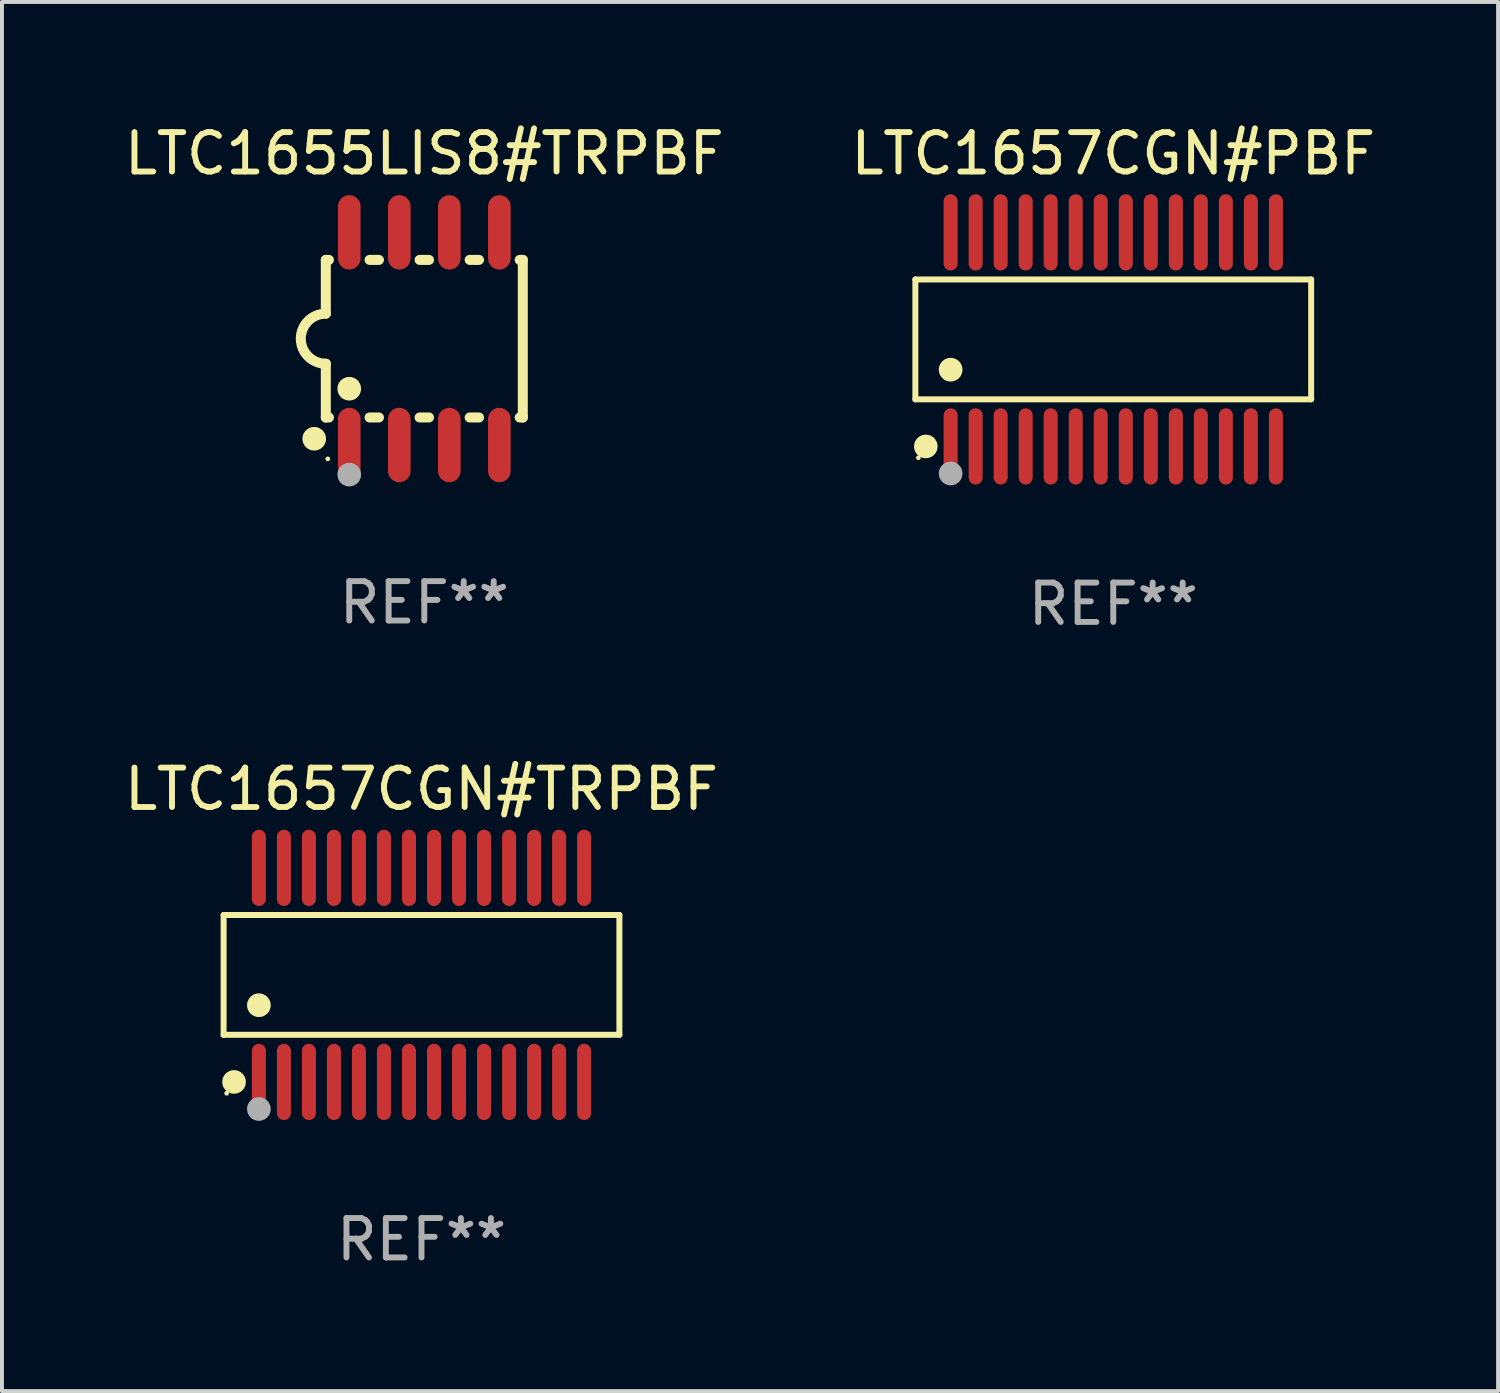
<source format=kicad_pcb>
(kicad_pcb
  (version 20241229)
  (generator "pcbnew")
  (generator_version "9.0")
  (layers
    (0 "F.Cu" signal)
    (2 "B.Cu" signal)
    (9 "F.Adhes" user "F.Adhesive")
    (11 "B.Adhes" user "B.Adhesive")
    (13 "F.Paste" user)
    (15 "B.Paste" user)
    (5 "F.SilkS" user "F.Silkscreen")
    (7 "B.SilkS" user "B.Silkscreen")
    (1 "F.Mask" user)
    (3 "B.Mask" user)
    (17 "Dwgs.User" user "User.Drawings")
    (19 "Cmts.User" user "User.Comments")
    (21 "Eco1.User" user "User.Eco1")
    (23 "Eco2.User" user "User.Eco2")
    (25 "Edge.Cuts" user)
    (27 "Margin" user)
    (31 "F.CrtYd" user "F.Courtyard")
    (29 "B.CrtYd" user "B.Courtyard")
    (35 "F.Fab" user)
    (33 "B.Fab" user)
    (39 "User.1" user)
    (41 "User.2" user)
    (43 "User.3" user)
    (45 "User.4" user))
  (footprint "LTC1657CGN#PBF"
    (layer "F.Cu")
    (at 25.208 5.565)
    (property "Reference" "LTC1657CGN#PBF" (at 0 -4.717 0) (layer "F.SilkS") (effects (font (size 1 1) (thickness 0.15))))
    (attr through_hole)
    (fp_line (start -5.023 -1.521) (end 5.023 -1.521) (stroke (width 0.152) (type solid)) (layer "F.SilkS"))
    (fp_line (start -5.023 1.521) (end -5.023 -1.521) (stroke (width 0.152) (type solid)) (layer "F.SilkS"))
    (fp_line (start 5.023 -1.521) (end 5.023 1.521) (stroke (width 0.152) (type solid)) (layer "F.SilkS"))
    (fp_line (start 5.023 1.521) (end -5.023 1.521) (stroke (width 0.152) (type solid)) (layer "F.SilkS"))
    (fp_circle (center -4.946 3.004) (end -4.916 3.004) (stroke (width 0.06) (type solid)) (fill no) (layer "F.SilkS"))
    (fp_circle (center -4.758 2.717) (end -4.608 2.717) (stroke (width 0.3) (type solid)) (fill no) (layer "F.SilkS"))
    (fp_circle (center -4.128 0.769) (end -3.977 0.769) (stroke (width 0.3) (type solid)) (fill no) (layer "F.SilkS"))
    (fp_circle (center -4.128 3.404) (end -3.977 3.404) (stroke (width 0.3) (type solid)) (fill no) (layer "F.Fab"))
    (fp_text user "REF**" (at 0 6.717 0) (layer "F.Fab") (effects (font (size 1 1) (thickness 0.15))))
    (pad "1" smd oval (at -4.128 2.717) (size 0.356 1.935) (layers "F.Cu" "F.Mask" "F.Paste"))
    (pad "2" smd oval (at -3.493 2.717) (size 0.356 1.935) (layers "F.Cu" "F.Mask" "F.Paste"))
    (pad "3" smd oval (at -2.858 2.717) (size 0.356 1.935) (layers "F.Cu" "F.Mask" "F.Paste"))
    (pad "4" smd oval (at -2.223 2.717) (size 0.356 1.935) (layers "F.Cu" "F.Mask" "F.Paste"))
    (pad "5" smd oval (at -1.588 2.717) (size 0.356 1.935) (layers "F.Cu" "F.Mask" "F.Paste"))
    (pad "6" smd oval (at -0.953 2.717) (size 0.356 1.935) (layers "F.Cu" "F.Mask" "F.Paste"))
    (pad "7" smd oval (at -0.318 2.717) (size 0.356 1.935) (layers "F.Cu" "F.Mask" "F.Paste"))
    (pad "8" smd oval (at 0.318 2.717) (size 0.356 1.935) (layers "F.Cu" "F.Mask" "F.Paste"))
    (pad "9" smd oval (at 0.953 2.717) (size 0.356 1.935) (layers "F.Cu" "F.Mask" "F.Paste"))
    (pad "10" smd oval (at 1.588 2.717) (size 0.356 1.935) (layers "F.Cu" "F.Mask" "F.Paste"))
    (pad "11" smd oval (at 2.223 2.717) (size 0.356 1.935) (layers "F.Cu" "F.Mask" "F.Paste"))
    (pad "12" smd oval (at 2.858 2.717) (size 0.356 1.935) (layers "F.Cu" "F.Mask" "F.Paste"))
    (pad "13" smd oval (at 3.493 2.717) (size 0.356 1.935) (layers "F.Cu" "F.Mask" "F.Paste"))
    (pad "14" smd oval (at 4.128 2.717) (size 0.356 1.935) (layers "F.Cu" "F.Mask" "F.Paste"))
    (pad "15" smd oval (at 4.128 -2.717) (size 0.356 1.935) (layers "F.Cu" "F.Mask" "F.Paste"))
    (pad "16" smd oval (at 3.493 -2.717) (size 0.356 1.935) (layers "F.Cu" "F.Mask" "F.Paste"))
    (pad "17" smd oval (at 2.858 -2.717) (size 0.356 1.935) (layers "F.Cu" "F.Mask" "F.Paste"))
    (pad "18" smd oval (at 2.223 -2.717) (size 0.356 1.935) (layers "F.Cu" "F.Mask" "F.Paste"))
    (pad "19" smd oval (at 1.588 -2.717) (size 0.356 1.935) (layers "F.Cu" "F.Mask" "F.Paste"))
    (pad "20" smd oval (at 0.953 -2.717) (size 0.356 1.935) (layers "F.Cu" "F.Mask" "F.Paste"))
    (pad "21" smd oval (at 0.318 -2.717) (size 0.356 1.935) (layers "F.Cu" "F.Mask" "F.Paste"))
    (pad "22" smd oval (at -0.318 -2.717) (size 0.356 1.935) (layers "F.Cu" "F.Mask" "F.Paste"))
    (pad "23" smd oval (at -0.953 -2.717) (size 0.356 1.935) (layers "F.Cu" "F.Mask" "F.Paste"))
    (pad "24" smd oval (at -1.588 -2.717) (size 0.356 1.935) (layers "F.Cu" "F.Mask" "F.Paste"))
    (pad "25" smd oval (at -2.223 -2.717) (size 0.356 1.935) (layers "F.Cu" "F.Mask" "F.Paste"))
    (pad "26" smd oval (at -2.858 -2.717) (size 0.356 1.935) (layers "F.Cu" "F.Mask" "F.Paste"))
    (pad "27" smd oval (at -3.493 -2.717) (size 0.356 1.935) (layers "F.Cu" "F.Mask" "F.Paste"))
    (pad "28" smd oval (at -4.128 -2.717) (size 0.356 1.935) (layers "F.Cu" "F.Mask" "F.Paste")))
  (footprint "LTC1655LIS8#TRPBF"
    (layer "F.Cu")
    (at 7.72 5.547)
    (property "Reference" "LTC1655LIS8#TRPBF" (at 0 -4.699 0) (layer "F.SilkS") (effects (font (size 1 1) (thickness 0.15))))
    (attr through_hole)
    (fp_line (start -2.5 -2) (end -2.5 -0.635) (stroke (width 0.254) (type solid)) (layer "F.SilkS"))
    (fp_line (start -2.5 -2) (end -2.421 -2) (stroke (width 0.254) (type solid)) (layer "F.SilkS"))
    (fp_line (start -2.5 2) (end -2.5 0.635) (stroke (width 0.254) (type solid)) (layer "F.SilkS"))
    (fp_line (start -2.5 2) (end -2.421 2) (stroke (width 0.254) (type solid)) (layer "F.SilkS"))
    (fp_line (start -1.389 -2) (end -1.151 -2) (stroke (width 0.254) (type solid)) (layer "F.SilkS"))
    (fp_line (start -1.389 2) (end -1.151 2) (stroke (width 0.254) (type solid)) (layer "F.SilkS"))
    (fp_line (start -0.119 -2) (end 0.119 -2) (stroke (width 0.254) (type solid)) (layer "F.SilkS"))
    (fp_line (start -0.119 2) (end 0.119 2) (stroke (width 0.254) (type solid)) (layer "F.SilkS"))
    (fp_line (start 1.151 -2) (end 1.389 -2) (stroke (width 0.254) (type solid)) (layer "F.SilkS"))
    (fp_line (start 1.151 2) (end 1.389 2) (stroke (width 0.254) (type solid)) (layer "F.SilkS"))
    (fp_line (start 2.421 -2) (end 2.5 -2) (stroke (width 0.254) (type solid)) (layer "F.SilkS"))
    (fp_line (start 2.421 2) (end 2.5 2) (stroke (width 0.254) (type solid)) (layer "F.SilkS"))
    (fp_line (start 2.5 -2) (end 2.5 2) (stroke (width 0.254) (type solid)) (layer "F.SilkS"))
    (fp_arc (start -2.5 0.635001) (mid -3.134366 -0.000318) (end -2.499365 -0.635001) (stroke (width 0.254001) (type solid)) (layer "F.SilkS"))
    (fp_circle (center -2.794 2.54) (end -2.644 2.54) (stroke (width 0.3) (type solid)) (fill no) (layer "F.SilkS"))
    (fp_circle (center -2.45 3.05) (end -2.42 3.05) (stroke (width 0.06) (type solid)) (fill no) (layer "F.SilkS"))
    (fp_circle (center -1.905 1.27) (end -1.755 1.27) (stroke (width 0.3) (type solid)) (fill no) (layer "F.SilkS"))
    (fp_circle (center -1.905 3.45) (end -1.755 3.45) (stroke (width 0.3) (type solid)) (fill no) (layer "F.Fab"))
    (fp_text user "REF**" (at 0 6.699 0) (layer "F.Fab") (effects (font (size 1 1) (thickness 0.15))))
    (pad "1" smd oval (at -1.905 2.699) (size 0.574 1.888) (layers "F.Cu" "F.Mask" "F.Paste"))
    (pad "2" smd oval (at -0.635 2.699) (size 0.574 1.888) (layers "F.Cu" "F.Mask" "F.Paste"))
    (pad "3" smd oval (at 0.635 2.699) (size 0.574 1.888) (layers "F.Cu" "F.Mask" "F.Paste"))
    (pad "4" smd oval (at 1.905 2.699) (size 0.574 1.888) (layers "F.Cu" "F.Mask" "F.Paste"))
    (pad "5" smd oval (at 1.905 -2.699) (size 0.574 1.888) (layers "F.Cu" "F.Mask" "F.Paste"))
    (pad "6" smd oval (at 0.635 -2.699) (size 0.574 1.888) (layers "F.Cu" "F.Mask" "F.Paste"))
    (pad "7" smd oval (at -0.635 -2.699) (size 0.574 1.888) (layers "F.Cu" "F.Mask" "F.Paste"))
    (pad "8" smd oval (at -1.905 -2.699) (size 0.574 1.888) (layers "F.Cu" "F.Mask" "F.Paste")))
  (footprint "LTC1657CGN#TRPBF"
    (layer "F.Cu")
    (at 7.649 21.696)
    (property "Reference" "LTC1657CGN#TRPBF" (at 0 -4.717 0) (layer "F.SilkS") (effects (font (size 1 1) (thickness 0.15))))
    (attr through_hole)
    (fp_line (start -5.023 -1.521) (end 5.023 -1.521) (stroke (width 0.152) (type solid)) (layer "F.SilkS"))
    (fp_line (start -5.023 1.521) (end -5.023 -1.521) (stroke (width 0.152) (type solid)) (layer "F.SilkS"))
    (fp_line (start 5.023 -1.521) (end 5.023 1.521) (stroke (width 0.152) (type solid)) (layer "F.SilkS"))
    (fp_line (start 5.023 1.521) (end -5.023 1.521) (stroke (width 0.152) (type solid)) (layer "F.SilkS"))
    (fp_circle (center -4.946 3.004) (end -4.916 3.004) (stroke (width 0.06) (type solid)) (fill no) (layer "F.SilkS"))
    (fp_circle (center -4.758 2.717) (end -4.608 2.717) (stroke (width 0.3) (type solid)) (fill no) (layer "F.SilkS"))
    (fp_circle (center -4.128 0.769) (end -3.977 0.769) (stroke (width 0.3) (type solid)) (fill no) (layer "F.SilkS"))
    (fp_circle (center -4.128 3.404) (end -3.977 3.404) (stroke (width 0.3) (type solid)) (fill no) (layer "F.Fab"))
    (fp_text user "REF**" (at 0 6.717 0) (layer "F.Fab") (effects (font (size 1 1) (thickness 0.15))))
    (pad "1" smd oval (at -4.128 2.717) (size 0.356 1.935) (layers "F.Cu" "F.Mask" "F.Paste"))
    (pad "2" smd oval (at -3.493 2.717) (size 0.356 1.935) (layers "F.Cu" "F.Mask" "F.Paste"))
    (pad "3" smd oval (at -2.858 2.717) (size 0.356 1.935) (layers "F.Cu" "F.Mask" "F.Paste"))
    (pad "4" smd oval (at -2.223 2.717) (size 0.356 1.935) (layers "F.Cu" "F.Mask" "F.Paste"))
    (pad "5" smd oval (at -1.588 2.717) (size 0.356 1.935) (layers "F.Cu" "F.Mask" "F.Paste"))
    (pad "6" smd oval (at -0.953 2.717) (size 0.356 1.935) (layers "F.Cu" "F.Mask" "F.Paste"))
    (pad "7" smd oval (at -0.318 2.717) (size 0.356 1.935) (layers "F.Cu" "F.Mask" "F.Paste"))
    (pad "8" smd oval (at 0.318 2.717) (size 0.356 1.935) (layers "F.Cu" "F.Mask" "F.Paste"))
    (pad "9" smd oval (at 0.953 2.717) (size 0.356 1.935) (layers "F.Cu" "F.Mask" "F.Paste"))
    (pad "10" smd oval (at 1.588 2.717) (size 0.356 1.935) (layers "F.Cu" "F.Mask" "F.Paste"))
    (pad "11" smd oval (at 2.223 2.717) (size 0.356 1.935) (layers "F.Cu" "F.Mask" "F.Paste"))
    (pad "12" smd oval (at 2.858 2.717) (size 0.356 1.935) (layers "F.Cu" "F.Mask" "F.Paste"))
    (pad "13" smd oval (at 3.493 2.717) (size 0.356 1.935) (layers "F.Cu" "F.Mask" "F.Paste"))
    (pad "14" smd oval (at 4.128 2.717) (size 0.356 1.935) (layers "F.Cu" "F.Mask" "F.Paste"))
    (pad "15" smd oval (at 4.128 -2.717) (size 0.356 1.935) (layers "F.Cu" "F.Mask" "F.Paste"))
    (pad "16" smd oval (at 3.493 -2.717) (size 0.356 1.935) (layers "F.Cu" "F.Mask" "F.Paste"))
    (pad "17" smd oval (at 2.858 -2.717) (size 0.356 1.935) (layers "F.Cu" "F.Mask" "F.Paste"))
    (pad "18" smd oval (at 2.223 -2.717) (size 0.356 1.935) (layers "F.Cu" "F.Mask" "F.Paste"))
    (pad "19" smd oval (at 1.588 -2.717) (size 0.356 1.935) (layers "F.Cu" "F.Mask" "F.Paste"))
    (pad "20" smd oval (at 0.953 -2.717) (size 0.356 1.935) (layers "F.Cu" "F.Mask" "F.Paste"))
    (pad "21" smd oval (at 0.318 -2.717) (size 0.356 1.935) (layers "F.Cu" "F.Mask" "F.Paste"))
    (pad "22" smd oval (at -0.318 -2.717) (size 0.356 1.935) (layers "F.Cu" "F.Mask" "F.Paste"))
    (pad "23" smd oval (at -0.953 -2.717) (size 0.356 1.935) (layers "F.Cu" "F.Mask" "F.Paste"))
    (pad "24" smd oval (at -1.588 -2.717) (size 0.356 1.935) (layers "F.Cu" "F.Mask" "F.Paste"))
    (pad "25" smd oval (at -2.223 -2.717) (size 0.356 1.935) (layers "F.Cu" "F.Mask" "F.Paste"))
    (pad "26" smd oval (at -2.858 -2.717) (size 0.356 1.935) (layers "F.Cu" "F.Mask" "F.Paste"))
    (pad "27" smd oval (at -3.493 -2.717) (size 0.356 1.935) (layers "F.Cu" "F.Mask" "F.Paste"))
    (pad "28" smd oval (at -4.128 -2.717) (size 0.356 1.935) (layers "F.Cu" "F.Mask" "F.Paste")))
  (gr_rect
    (start -3 -3)
    (end 34.976 32.261)
    (stroke (width 0.1) (type default))
    (fill no)
    (layer "Edge.Cuts")))
</source>
